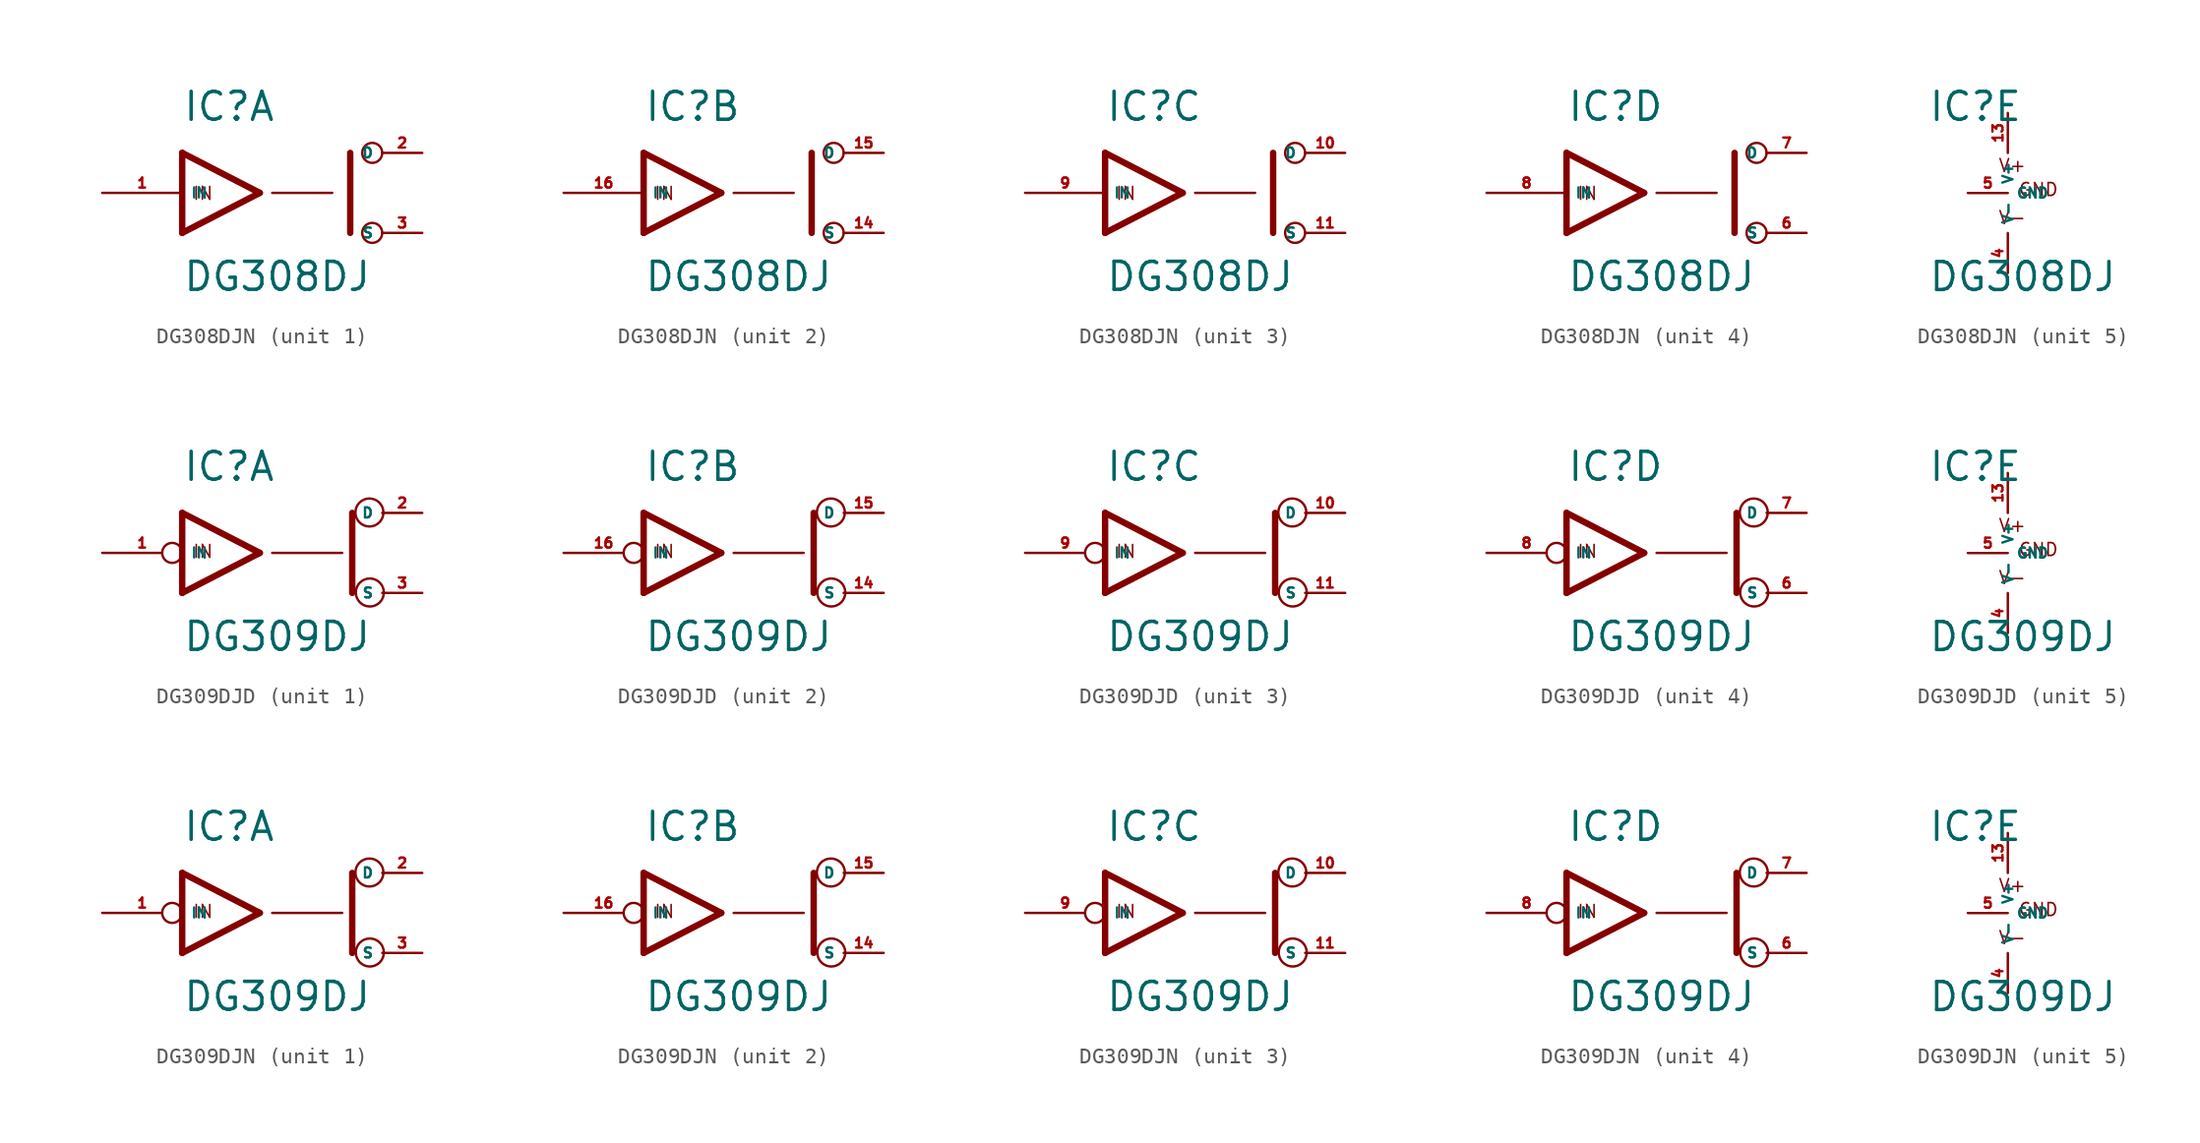
<source format=kicad_sym>
(kicad_symbol_lib
  (version 20220914)
  (generator Eagle2Kicad)
  (symbol "DG308DJN"
    (property "Reference" "IC"
      (at -5.08 4.445 0)
      (effects (font (size 1.778 1.778) (thickness 0.22)) (justify left bottom)))
    (property "Value" "DG308DJ"
      (at -5.08 -6.35 0)
      (effects (font (size 1.778 1.778) (thickness 0.22)) (justify left bottom)))
    (symbol "DG308DJN_1_0"
      (polyline (pts (xy -0.152 0) (xy -5.08 2.54)) (stroke (width 0.406) (type default)) (fill (type none)))
      (polyline (pts (xy -5.08 -2.54) (xy -0.152 0)) (stroke (width 0.406) (type default)) (fill (type none)))
      (polyline (pts (xy -5.08 2.54) (xy -5.08 -2.54)) (stroke (width 0.406) (type default)) (fill (type none)))
      (polyline (pts (xy 5.588 -2.54) (xy 5.588 2.54)) (stroke (width 0.406) (type default)) (fill (type none)))
      (polyline (pts (xy 0.635 0) (xy 4.445 0)) (stroke (width 0.152) (type default)) (fill (type none)))
      (text "IN" (at -4.445 -0.508 0) (effects (font (size 0.813 0.813) (thickness 0.10)) (justify left bottom)))
      (circle (center 6.985 2.54) (radius 0.635) (stroke (width 0.152) (type default)) (fill (type none)))
      (circle (center 6.985 -2.54) (radius 0.635) (stroke (width 0.152) (type default)) (fill (type none)))
      (pin bidirectional line (at 10.16 2.54 180) (length 2.54) (name "D" (effects (font (size 0.635 0.635) (thickness 0.08)) (justify left bottom))) (number "2" (effects (font (size 0.635 0.635) (thickness 0.08)) (justify left bottom))))
      (pin input line (at -10.16 0 0) (length 5.08) (name "IN" (effects (font (size 0.635 0.635) (thickness 0.08)) (justify left bottom))) (number "1" (effects (font (size 0.635 0.635) (thickness 0.08)) (justify left bottom))))
      (pin bidirectional line (at 10.16 -2.54 180) (length 2.54) (name "S" (effects (font (size 0.635 0.635) (thickness 0.08)) (justify left bottom))) (number "3" (effects (font (size 0.635 0.635) (thickness 0.08)) (justify left bottom)))))
    (symbol "DG308DJN_2_0"
      (polyline (pts (xy -0.152 0) (xy -5.08 2.54)) (stroke (width 0.406) (type default)) (fill (type none)))
      (polyline (pts (xy -5.08 -2.54) (xy -0.152 0)) (stroke (width 0.406) (type default)) (fill (type none)))
      (polyline (pts (xy -5.08 2.54) (xy -5.08 -2.54)) (stroke (width 0.406) (type default)) (fill (type none)))
      (polyline (pts (xy 5.588 -2.54) (xy 5.588 2.54)) (stroke (width 0.406) (type default)) (fill (type none)))
      (polyline (pts (xy 0.635 0) (xy 4.445 0)) (stroke (width 0.152) (type default)) (fill (type none)))
      (text "IN" (at -4.445 -0.508 0) (effects (font (size 0.813 0.813) (thickness 0.10)) (justify left bottom)))
      (circle (center 6.985 2.54) (radius 0.635) (stroke (width 0.152) (type default)) (fill (type none)))
      (circle (center 6.985 -2.54) (radius 0.635) (stroke (width 0.152) (type default)) (fill (type none)))
      (pin bidirectional line (at 10.16 2.54 180) (length 2.54) (name "D" (effects (font (size 0.635 0.635) (thickness 0.08)) (justify left bottom))) (number "15" (effects (font (size 0.635 0.635) (thickness 0.08)) (justify left bottom))))
      (pin input line (at -10.16 0 0) (length 5.08) (name "IN" (effects (font (size 0.635 0.635) (thickness 0.08)) (justify left bottom))) (number "16" (effects (font (size 0.635 0.635) (thickness 0.08)) (justify left bottom))))
      (pin bidirectional line (at 10.16 -2.54 180) (length 2.54) (name "S" (effects (font (size 0.635 0.635) (thickness 0.08)) (justify left bottom))) (number "14" (effects (font (size 0.635 0.635) (thickness 0.08)) (justify left bottom)))))
    (symbol "DG308DJN_3_0"
      (polyline (pts (xy -0.152 0) (xy -5.08 2.54)) (stroke (width 0.406) (type default)) (fill (type none)))
      (polyline (pts (xy -5.08 -2.54) (xy -0.152 0)) (stroke (width 0.406) (type default)) (fill (type none)))
      (polyline (pts (xy -5.08 2.54) (xy -5.08 -2.54)) (stroke (width 0.406) (type default)) (fill (type none)))
      (polyline (pts (xy 5.588 -2.54) (xy 5.588 2.54)) (stroke (width 0.406) (type default)) (fill (type none)))
      (polyline (pts (xy 0.635 0) (xy 4.445 0)) (stroke (width 0.152) (type default)) (fill (type none)))
      (text "IN" (at -4.445 -0.508 0) (effects (font (size 0.813 0.813) (thickness 0.10)) (justify left bottom)))
      (circle (center 6.985 2.54) (radius 0.635) (stroke (width 0.152) (type default)) (fill (type none)))
      (circle (center 6.985 -2.54) (radius 0.635) (stroke (width 0.152) (type default)) (fill (type none)))
      (pin bidirectional line (at 10.16 2.54 180) (length 2.54) (name "D" (effects (font (size 0.635 0.635) (thickness 0.08)) (justify left bottom))) (number "10" (effects (font (size 0.635 0.635) (thickness 0.08)) (justify left bottom))))
      (pin input line (at -10.16 0 0) (length 5.08) (name "IN" (effects (font (size 0.635 0.635) (thickness 0.08)) (justify left bottom))) (number "9" (effects (font (size 0.635 0.635) (thickness 0.08)) (justify left bottom))))
      (pin bidirectional line (at 10.16 -2.54 180) (length 2.54) (name "S" (effects (font (size 0.635 0.635) (thickness 0.08)) (justify left bottom))) (number "11" (effects (font (size 0.635 0.635) (thickness 0.08)) (justify left bottom)))))
    (symbol "DG308DJN_4_0"
      (polyline (pts (xy -0.152 0) (xy -5.08 2.54)) (stroke (width 0.406) (type default)) (fill (type none)))
      (polyline (pts (xy -5.08 -2.54) (xy -0.152 0)) (stroke (width 0.406) (type default)) (fill (type none)))
      (polyline (pts (xy -5.08 2.54) (xy -5.08 -2.54)) (stroke (width 0.406) (type default)) (fill (type none)))
      (polyline (pts (xy 5.588 -2.54) (xy 5.588 2.54)) (stroke (width 0.406) (type default)) (fill (type none)))
      (polyline (pts (xy 0.635 0) (xy 4.445 0)) (stroke (width 0.152) (type default)) (fill (type none)))
      (text "IN" (at -4.445 -0.508 0) (effects (font (size 0.813 0.813) (thickness 0.10)) (justify left bottom)))
      (circle (center 6.985 2.54) (radius 0.635) (stroke (width 0.152) (type default)) (fill (type none)))
      (circle (center 6.985 -2.54) (radius 0.635) (stroke (width 0.152) (type default)) (fill (type none)))
      (pin bidirectional line (at 10.16 2.54 180) (length 2.54) (name "D" (effects (font (size 0.635 0.635) (thickness 0.08)) (justify left bottom))) (number "7" (effects (font (size 0.635 0.635) (thickness 0.08)) (justify left bottom))))
      (pin input line (at -10.16 0 0) (length 5.08) (name "IN" (effects (font (size 0.635 0.635) (thickness 0.08)) (justify left bottom))) (number "8" (effects (font (size 0.635 0.635) (thickness 0.08)) (justify left bottom))))
      (pin bidirectional line (at 10.16 -2.54 180) (length 2.54) (name "S" (effects (font (size 0.635 0.635) (thickness 0.08)) (justify left bottom))) (number "6" (effects (font (size 0.635 0.635) (thickness 0.08)) (justify left bottom)))))
    (symbol "DG308DJN_5_0"
      (text "V+" (at -0.635 1.27 0) (effects (font (size 0.813 0.813) (thickness 0.10)) (justify left bottom)))
      (text "V-" (at -0.635 -2.032 0) (effects (font (size 0.813 0.813) (thickness 0.10)) (justify left bottom)))
      (text "GND" (at 0.635 -0.254 0) (effects (font (size 0.813 0.813) (thickness 0.10)) (justify left bottom)))
      (pin unspecified line (at 0 5.08 270) (length 2.54) (name "V+" (effects (font (size 0.635 0.635) (thickness 0.08)) (justify left bottom))) (number "13" (effects (font (size 0.635 0.635) (thickness 0.08)) (justify left bottom))))
      (pin unspecified line (at 0 -5.08 90) (length 2.54) (name "V-" (effects (font (size 0.635 0.635) (thickness 0.08)) (justify left bottom))) (number "4" (effects (font (size 0.635 0.635) (thickness 0.08)) (justify left bottom))))
      (pin unspecified line (at -2.54 0 0) (length 2.54) (name "GND" (effects (font (size 0.635 0.635) (thickness 0.08)) (justify left bottom))) (number "5" (effects (font (size 0.635 0.635) (thickness 0.08)) (justify left bottom))))))
  (symbol "DG309DJD"
    (property "Reference" "IC"
      (at -5.08 4.445 0)
      (effects (font (size 1.778 1.778) (thickness 0.22)) (justify left bottom)))
    (property "Value" "DG309DJ"
      (at -5.08 -6.35 0)
      (effects (font (size 1.778 1.778) (thickness 0.22)) (justify left bottom)))
    (symbol "DG309DJD_1_0"
      (polyline (pts (xy -0.152 0) (xy -5.08 2.54)) (stroke (width 0.406) (type default)) (fill (type none)))
      (polyline (pts (xy -5.08 -2.54) (xy -0.152 0)) (stroke (width 0.406) (type default)) (fill (type none)))
      (polyline (pts (xy -5.08 2.54) (xy -5.08 -2.54)) (stroke (width 0.406) (type default)) (fill (type none)))
      (polyline (pts (xy 5.715 -2.54) (xy 5.715 2.54)) (stroke (width 0.406) (type default)) (fill (type none)))
      (polyline (pts (xy 0.635 0) (xy 5.08 0)) (stroke (width 0.152) (type default)) (fill (type none)))
      (text "IN" (at -4.445 -0.381 0) (effects (font (size 0.813 0.813) (thickness 0.10)) (justify left bottom)))
      (circle (center 6.833 -2.515) (radius 0.889) (stroke (width 0.152) (type default)) (fill (type none)))
      (circle (center 6.807 2.565) (radius 0.889) (stroke (width 0.152) (type default)) (fill (type none)))
      (pin bidirectional line (at 10.16 2.54 180) (length 2.54) (name "D" (effects (font (size 0.635 0.635) (thickness 0.08)) (justify left bottom))) (number "2" (effects (font (size 0.635 0.635) (thickness 0.08)) (justify left bottom))))
      (pin input inverted (at -10.16 0 0) (length 5.08) (name "IN" (effects (font (size 0.635 0.635) (thickness 0.08)) (justify left bottom))) (number "1" (effects (font (size 0.635 0.635) (thickness 0.08)) (justify left bottom))))
      (pin bidirectional line (at 10.16 -2.54 180) (length 2.54) (name "S" (effects (font (size 0.635 0.635) (thickness 0.08)) (justify left bottom))) (number "3" (effects (font (size 0.635 0.635) (thickness 0.08)) (justify left bottom)))))
    (symbol "DG309DJD_2_0"
      (polyline (pts (xy -0.152 0) (xy -5.08 2.54)) (stroke (width 0.406) (type default)) (fill (type none)))
      (polyline (pts (xy -5.08 -2.54) (xy -0.152 0)) (stroke (width 0.406) (type default)) (fill (type none)))
      (polyline (pts (xy -5.08 2.54) (xy -5.08 -2.54)) (stroke (width 0.406) (type default)) (fill (type none)))
      (polyline (pts (xy 5.715 -2.54) (xy 5.715 2.54)) (stroke (width 0.406) (type default)) (fill (type none)))
      (polyline (pts (xy 0.635 0) (xy 5.08 0)) (stroke (width 0.152) (type default)) (fill (type none)))
      (text "IN" (at -4.445 -0.381 0) (effects (font (size 0.813 0.813) (thickness 0.10)) (justify left bottom)))
      (circle (center 6.833 -2.515) (radius 0.889) (stroke (width 0.152) (type default)) (fill (type none)))
      (circle (center 6.807 2.565) (radius 0.889) (stroke (width 0.152) (type default)) (fill (type none)))
      (pin bidirectional line (at 10.16 2.54 180) (length 2.54) (name "D" (effects (font (size 0.635 0.635) (thickness 0.08)) (justify left bottom))) (number "15" (effects (font (size 0.635 0.635) (thickness 0.08)) (justify left bottom))))
      (pin input inverted (at -10.16 0 0) (length 5.08) (name "IN" (effects (font (size 0.635 0.635) (thickness 0.08)) (justify left bottom))) (number "16" (effects (font (size 0.635 0.635) (thickness 0.08)) (justify left bottom))))
      (pin bidirectional line (at 10.16 -2.54 180) (length 2.54) (name "S" (effects (font (size 0.635 0.635) (thickness 0.08)) (justify left bottom))) (number "14" (effects (font (size 0.635 0.635) (thickness 0.08)) (justify left bottom)))))
    (symbol "DG309DJD_3_0"
      (polyline (pts (xy -0.152 0) (xy -5.08 2.54)) (stroke (width 0.406) (type default)) (fill (type none)))
      (polyline (pts (xy -5.08 -2.54) (xy -0.152 0)) (stroke (width 0.406) (type default)) (fill (type none)))
      (polyline (pts (xy -5.08 2.54) (xy -5.08 -2.54)) (stroke (width 0.406) (type default)) (fill (type none)))
      (polyline (pts (xy 5.715 -2.54) (xy 5.715 2.54)) (stroke (width 0.406) (type default)) (fill (type none)))
      (polyline (pts (xy 0.635 0) (xy 5.08 0)) (stroke (width 0.152) (type default)) (fill (type none)))
      (text "IN" (at -4.445 -0.381 0) (effects (font (size 0.813 0.813) (thickness 0.10)) (justify left bottom)))
      (circle (center 6.833 -2.515) (radius 0.889) (stroke (width 0.152) (type default)) (fill (type none)))
      (circle (center 6.807 2.565) (radius 0.889) (stroke (width 0.152) (type default)) (fill (type none)))
      (pin bidirectional line (at 10.16 2.54 180) (length 2.54) (name "D" (effects (font (size 0.635 0.635) (thickness 0.08)) (justify left bottom))) (number "10" (effects (font (size 0.635 0.635) (thickness 0.08)) (justify left bottom))))
      (pin input inverted (at -10.16 0 0) (length 5.08) (name "IN" (effects (font (size 0.635 0.635) (thickness 0.08)) (justify left bottom))) (number "9" (effects (font (size 0.635 0.635) (thickness 0.08)) (justify left bottom))))
      (pin bidirectional line (at 10.16 -2.54 180) (length 2.54) (name "S" (effects (font (size 0.635 0.635) (thickness 0.08)) (justify left bottom))) (number "11" (effects (font (size 0.635 0.635) (thickness 0.08)) (justify left bottom)))))
    (symbol "DG309DJD_4_0"
      (polyline (pts (xy -0.152 0) (xy -5.08 2.54)) (stroke (width 0.406) (type default)) (fill (type none)))
      (polyline (pts (xy -5.08 -2.54) (xy -0.152 0)) (stroke (width 0.406) (type default)) (fill (type none)))
      (polyline (pts (xy -5.08 2.54) (xy -5.08 -2.54)) (stroke (width 0.406) (type default)) (fill (type none)))
      (polyline (pts (xy 5.715 -2.54) (xy 5.715 2.54)) (stroke (width 0.406) (type default)) (fill (type none)))
      (polyline (pts (xy 0.635 0) (xy 5.08 0)) (stroke (width 0.152) (type default)) (fill (type none)))
      (text "IN" (at -4.445 -0.381 0) (effects (font (size 0.813 0.813) (thickness 0.10)) (justify left bottom)))
      (circle (center 6.833 -2.515) (radius 0.889) (stroke (width 0.152) (type default)) (fill (type none)))
      (circle (center 6.807 2.565) (radius 0.889) (stroke (width 0.152) (type default)) (fill (type none)))
      (pin bidirectional line (at 10.16 2.54 180) (length 2.54) (name "D" (effects (font (size 0.635 0.635) (thickness 0.08)) (justify left bottom))) (number "7" (effects (font (size 0.635 0.635) (thickness 0.08)) (justify left bottom))))
      (pin input inverted (at -10.16 0 0) (length 5.08) (name "IN" (effects (font (size 0.635 0.635) (thickness 0.08)) (justify left bottom))) (number "8" (effects (font (size 0.635 0.635) (thickness 0.08)) (justify left bottom))))
      (pin bidirectional line (at 10.16 -2.54 180) (length 2.54) (name "S" (effects (font (size 0.635 0.635) (thickness 0.08)) (justify left bottom))) (number "6" (effects (font (size 0.635 0.635) (thickness 0.08)) (justify left bottom)))))
    (symbol "DG309DJD_5_0"
      (text "V+" (at -0.635 1.27 0) (effects (font (size 0.813 0.813) (thickness 0.10)) (justify left bottom)))
      (text "V-" (at -0.635 -2.032 0) (effects (font (size 0.813 0.813) (thickness 0.10)) (justify left bottom)))
      (text "GND" (at 0.635 -0.254 0) (effects (font (size 0.813 0.813) (thickness 0.10)) (justify left bottom)))
      (pin unspecified line (at 0 5.08 270) (length 2.54) (name "V+" (effects (font (size 0.635 0.635) (thickness 0.08)) (justify left bottom))) (number "13" (effects (font (size 0.635 0.635) (thickness 0.08)) (justify left bottom))))
      (pin unspecified line (at 0 -5.08 90) (length 2.54) (name "V-" (effects (font (size 0.635 0.635) (thickness 0.08)) (justify left bottom))) (number "4" (effects (font (size 0.635 0.635) (thickness 0.08)) (justify left bottom))))
      (pin unspecified line (at -2.54 0 0) (length 2.54) (name "GND" (effects (font (size 0.635 0.635) (thickness 0.08)) (justify left bottom))) (number "5" (effects (font (size 0.635 0.635) (thickness 0.08)) (justify left bottom))))))
  (symbol "DG309DJN"
    (property "Reference" "IC"
      (at -5.08 4.445 0)
      (effects (font (size 1.778 1.778) (thickness 0.22)) (justify left bottom)))
    (property "Value" "DG309DJ"
      (at -5.08 -6.35 0)
      (effects (font (size 1.778 1.778) (thickness 0.22)) (justify left bottom)))
    (symbol "DG309DJN_1_0"
      (polyline (pts (xy -0.152 0) (xy -5.08 2.54)) (stroke (width 0.406) (type default)) (fill (type none)))
      (polyline (pts (xy -5.08 -2.54) (xy -0.152 0)) (stroke (width 0.406) (type default)) (fill (type none)))
      (polyline (pts (xy -5.08 2.54) (xy -5.08 -2.54)) (stroke (width 0.406) (type default)) (fill (type none)))
      (polyline (pts (xy 5.715 -2.54) (xy 5.715 2.54)) (stroke (width 0.406) (type default)) (fill (type none)))
      (polyline (pts (xy 0.635 0) (xy 5.08 0)) (stroke (width 0.152) (type default)) (fill (type none)))
      (text "IN" (at -4.445 -0.381 0) (effects (font (size 0.813 0.813) (thickness 0.10)) (justify left bottom)))
      (circle (center 6.833 -2.515) (radius 0.889) (stroke (width 0.152) (type default)) (fill (type none)))
      (circle (center 6.807 2.565) (radius 0.889) (stroke (width 0.152) (type default)) (fill (type none)))
      (pin bidirectional line (at 10.16 2.54 180) (length 2.54) (name "D" (effects (font (size 0.635 0.635) (thickness 0.08)) (justify left bottom))) (number "2" (effects (font (size 0.635 0.635) (thickness 0.08)) (justify left bottom))))
      (pin input inverted (at -10.16 0 0) (length 5.08) (name "IN" (effects (font (size 0.635 0.635) (thickness 0.08)) (justify left bottom))) (number "1" (effects (font (size 0.635 0.635) (thickness 0.08)) (justify left bottom))))
      (pin bidirectional line (at 10.16 -2.54 180) (length 2.54) (name "S" (effects (font (size 0.635 0.635) (thickness 0.08)) (justify left bottom))) (number "3" (effects (font (size 0.635 0.635) (thickness 0.08)) (justify left bottom)))))
    (symbol "DG309DJN_2_0"
      (polyline (pts (xy -0.152 0) (xy -5.08 2.54)) (stroke (width 0.406) (type default)) (fill (type none)))
      (polyline (pts (xy -5.08 -2.54) (xy -0.152 0)) (stroke (width 0.406) (type default)) (fill (type none)))
      (polyline (pts (xy -5.08 2.54) (xy -5.08 -2.54)) (stroke (width 0.406) (type default)) (fill (type none)))
      (polyline (pts (xy 5.715 -2.54) (xy 5.715 2.54)) (stroke (width 0.406) (type default)) (fill (type none)))
      (polyline (pts (xy 0.635 0) (xy 5.08 0)) (stroke (width 0.152) (type default)) (fill (type none)))
      (text "IN" (at -4.445 -0.381 0) (effects (font (size 0.813 0.813) (thickness 0.10)) (justify left bottom)))
      (circle (center 6.833 -2.515) (radius 0.889) (stroke (width 0.152) (type default)) (fill (type none)))
      (circle (center 6.807 2.565) (radius 0.889) (stroke (width 0.152) (type default)) (fill (type none)))
      (pin bidirectional line (at 10.16 2.54 180) (length 2.54) (name "D" (effects (font (size 0.635 0.635) (thickness 0.08)) (justify left bottom))) (number "15" (effects (font (size 0.635 0.635) (thickness 0.08)) (justify left bottom))))
      (pin input inverted (at -10.16 0 0) (length 5.08) (name "IN" (effects (font (size 0.635 0.635) (thickness 0.08)) (justify left bottom))) (number "16" (effects (font (size 0.635 0.635) (thickness 0.08)) (justify left bottom))))
      (pin bidirectional line (at 10.16 -2.54 180) (length 2.54) (name "S" (effects (font (size 0.635 0.635) (thickness 0.08)) (justify left bottom))) (number "14" (effects (font (size 0.635 0.635) (thickness 0.08)) (justify left bottom)))))
    (symbol "DG309DJN_3_0"
      (polyline (pts (xy -0.152 0) (xy -5.08 2.54)) (stroke (width 0.406) (type default)) (fill (type none)))
      (polyline (pts (xy -5.08 -2.54) (xy -0.152 0)) (stroke (width 0.406) (type default)) (fill (type none)))
      (polyline (pts (xy -5.08 2.54) (xy -5.08 -2.54)) (stroke (width 0.406) (type default)) (fill (type none)))
      (polyline (pts (xy 5.715 -2.54) (xy 5.715 2.54)) (stroke (width 0.406) (type default)) (fill (type none)))
      (polyline (pts (xy 0.635 0) (xy 5.08 0)) (stroke (width 0.152) (type default)) (fill (type none)))
      (text "IN" (at -4.445 -0.381 0) (effects (font (size 0.813 0.813) (thickness 0.10)) (justify left bottom)))
      (circle (center 6.833 -2.515) (radius 0.889) (stroke (width 0.152) (type default)) (fill (type none)))
      (circle (center 6.807 2.565) (radius 0.889) (stroke (width 0.152) (type default)) (fill (type none)))
      (pin bidirectional line (at 10.16 2.54 180) (length 2.54) (name "D" (effects (font (size 0.635 0.635) (thickness 0.08)) (justify left bottom))) (number "10" (effects (font (size 0.635 0.635) (thickness 0.08)) (justify left bottom))))
      (pin input inverted (at -10.16 0 0) (length 5.08) (name "IN" (effects (font (size 0.635 0.635) (thickness 0.08)) (justify left bottom))) (number "9" (effects (font (size 0.635 0.635) (thickness 0.08)) (justify left bottom))))
      (pin bidirectional line (at 10.16 -2.54 180) (length 2.54) (name "S" (effects (font (size 0.635 0.635) (thickness 0.08)) (justify left bottom))) (number "11" (effects (font (size 0.635 0.635) (thickness 0.08)) (justify left bottom)))))
    (symbol "DG309DJN_4_0"
      (polyline (pts (xy -0.152 0) (xy -5.08 2.54)) (stroke (width 0.406) (type default)) (fill (type none)))
      (polyline (pts (xy -5.08 -2.54) (xy -0.152 0)) (stroke (width 0.406) (type default)) (fill (type none)))
      (polyline (pts (xy -5.08 2.54) (xy -5.08 -2.54)) (stroke (width 0.406) (type default)) (fill (type none)))
      (polyline (pts (xy 5.715 -2.54) (xy 5.715 2.54)) (stroke (width 0.406) (type default)) (fill (type none)))
      (polyline (pts (xy 0.635 0) (xy 5.08 0)) (stroke (width 0.152) (type default)) (fill (type none)))
      (text "IN" (at -4.445 -0.381 0) (effects (font (size 0.813 0.813) (thickness 0.10)) (justify left bottom)))
      (circle (center 6.833 -2.515) (radius 0.889) (stroke (width 0.152) (type default)) (fill (type none)))
      (circle (center 6.807 2.565) (radius 0.889) (stroke (width 0.152) (type default)) (fill (type none)))
      (pin bidirectional line (at 10.16 2.54 180) (length 2.54) (name "D" (effects (font (size 0.635 0.635) (thickness 0.08)) (justify left bottom))) (number "7" (effects (font (size 0.635 0.635) (thickness 0.08)) (justify left bottom))))
      (pin input inverted (at -10.16 0 0) (length 5.08) (name "IN" (effects (font (size 0.635 0.635) (thickness 0.08)) (justify left bottom))) (number "8" (effects (font (size 0.635 0.635) (thickness 0.08)) (justify left bottom))))
      (pin bidirectional line (at 10.16 -2.54 180) (length 2.54) (name "S" (effects (font (size 0.635 0.635) (thickness 0.08)) (justify left bottom))) (number "6" (effects (font (size 0.635 0.635) (thickness 0.08)) (justify left bottom)))))
    (symbol "DG309DJN_5_0"
      (text "V+" (at -0.635 1.27 0) (effects (font (size 0.813 0.813) (thickness 0.10)) (justify left bottom)))
      (text "V-" (at -0.635 -2.032 0) (effects (font (size 0.813 0.813) (thickness 0.10)) (justify left bottom)))
      (text "GND" (at 0.635 -0.254 0) (effects (font (size 0.813 0.813) (thickness 0.10)) (justify left bottom)))
      (pin unspecified line (at 0 5.08 270) (length 2.54) (name "V+" (effects (font (size 0.635 0.635) (thickness 0.08)) (justify left bottom))) (number "13" (effects (font (size 0.635 0.635) (thickness 0.08)) (justify left bottom))))
      (pin unspecified line (at 0 -5.08 90) (length 2.54) (name "V-" (effects (font (size 0.635 0.635) (thickness 0.08)) (justify left bottom))) (number "4" (effects (font (size 0.635 0.635) (thickness 0.08)) (justify left bottom))))
      (pin unspecified line (at -2.54 0 0) (length 2.54) (name "GND" (effects (font (size 0.635 0.635) (thickness 0.08)) (justify left bottom))) (number "5" (effects (font (size 0.635 0.635) (thickness 0.08)) (justify left bottom)))))))
</source>
